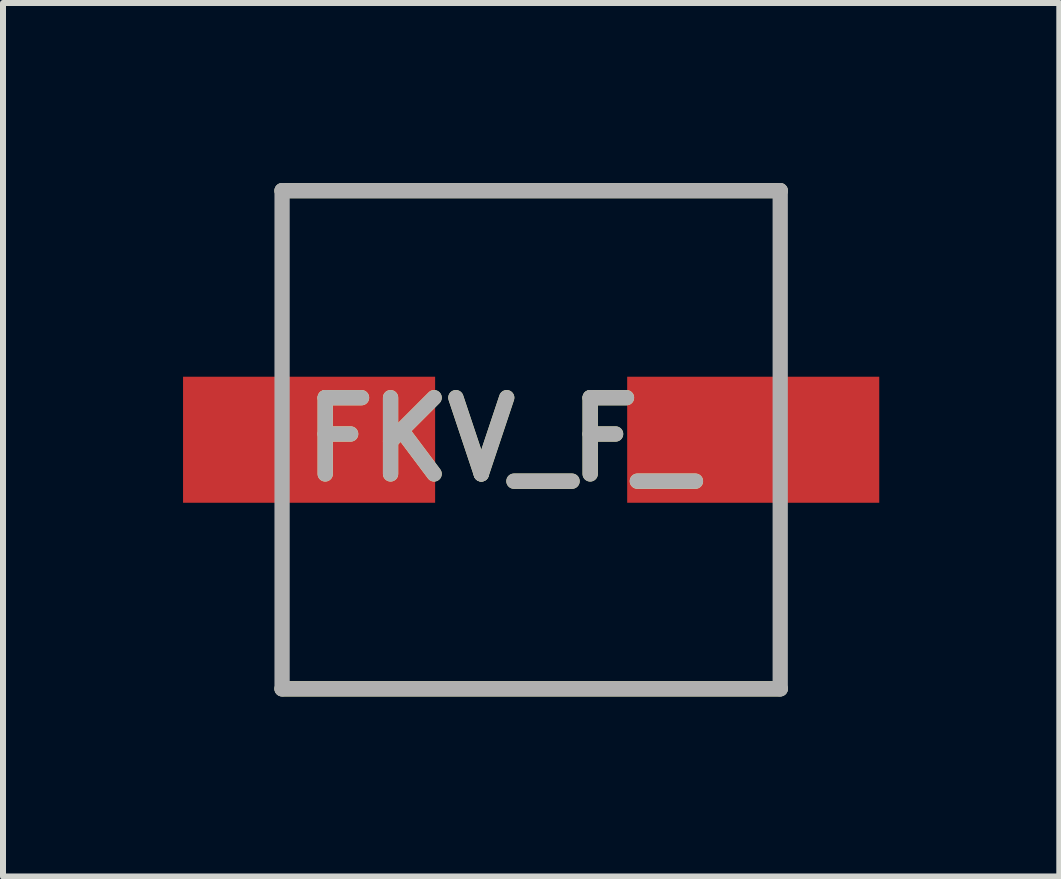
<source format=kicad_pcb>
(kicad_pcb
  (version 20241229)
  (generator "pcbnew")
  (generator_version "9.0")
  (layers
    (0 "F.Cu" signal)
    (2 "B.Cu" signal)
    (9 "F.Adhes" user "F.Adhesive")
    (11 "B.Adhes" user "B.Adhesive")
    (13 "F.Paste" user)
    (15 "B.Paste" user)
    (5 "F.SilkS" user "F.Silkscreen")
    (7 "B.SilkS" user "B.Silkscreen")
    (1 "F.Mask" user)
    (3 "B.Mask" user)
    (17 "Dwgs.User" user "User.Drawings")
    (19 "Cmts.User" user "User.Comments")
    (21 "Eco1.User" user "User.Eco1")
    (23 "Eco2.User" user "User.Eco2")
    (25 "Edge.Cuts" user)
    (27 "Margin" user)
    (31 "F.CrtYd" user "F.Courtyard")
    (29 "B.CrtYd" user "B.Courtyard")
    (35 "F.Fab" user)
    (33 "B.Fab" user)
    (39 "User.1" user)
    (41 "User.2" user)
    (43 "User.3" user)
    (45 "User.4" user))
  (footprint "FKV_F_"
    (layer "F.Cu")
    (at 5.8 4.277)
    (property "Reference" "FKV_F_" (at -0.498 -0.005 0) (layer "F.SilkS") (effects (font (size 1.27 1.27) (thickness 0.254))))
    (attr smd)
    (fp_line (start -4.15 -4.15) (end 4.15 -4.15) (stroke (width 0.254) (type solid)) (layer "F.SilkS"))
    (fp_line (start 4.15 4.15) (end -4.15 4.15) (stroke (width 0.254) (type solid)) (layer "F.SilkS"))
    (fp_line (start -4.15 -4.15) (end 4.15 -4.15) (stroke (width 0.254) (type solid)) (layer "F.Fab"))
    (fp_line (start -4.15 4.15) (end -4.15 -4.15) (stroke (width 0.254) (type solid)) (layer "F.Fab"))
    (fp_line (start 4.15 -4.15) (end 4.15 4.15) (stroke (width 0.254) (type solid)) (layer "F.Fab"))
    (fp_line (start 4.15 4.15) (end -4.15 4.15) (stroke (width 0.254) (type solid)) (layer "F.Fab"))
    (fp_text user "${REFERENCE}" (at -0.498 -0.005 0) (layer "F.Fab") (effects (font (size 1.27 1.27) (thickness 0.254))))
    (pad "1" smd rect (at -3.7 0 90) (size 2.1 4.2) (layers "F.Cu" "F.Mask" "F.Paste"))
    (pad "2" smd rect (at 3.7 0 90) (size 2.1 4.2) (layers "F.Cu" "F.Mask" "F.Paste")))
  (gr_rect
    (start -3 -3)
    (end 14.6 11.554)
    (stroke (width 0.1) (type default))
    (fill no)
    (layer "Edge.Cuts")))
</source>
